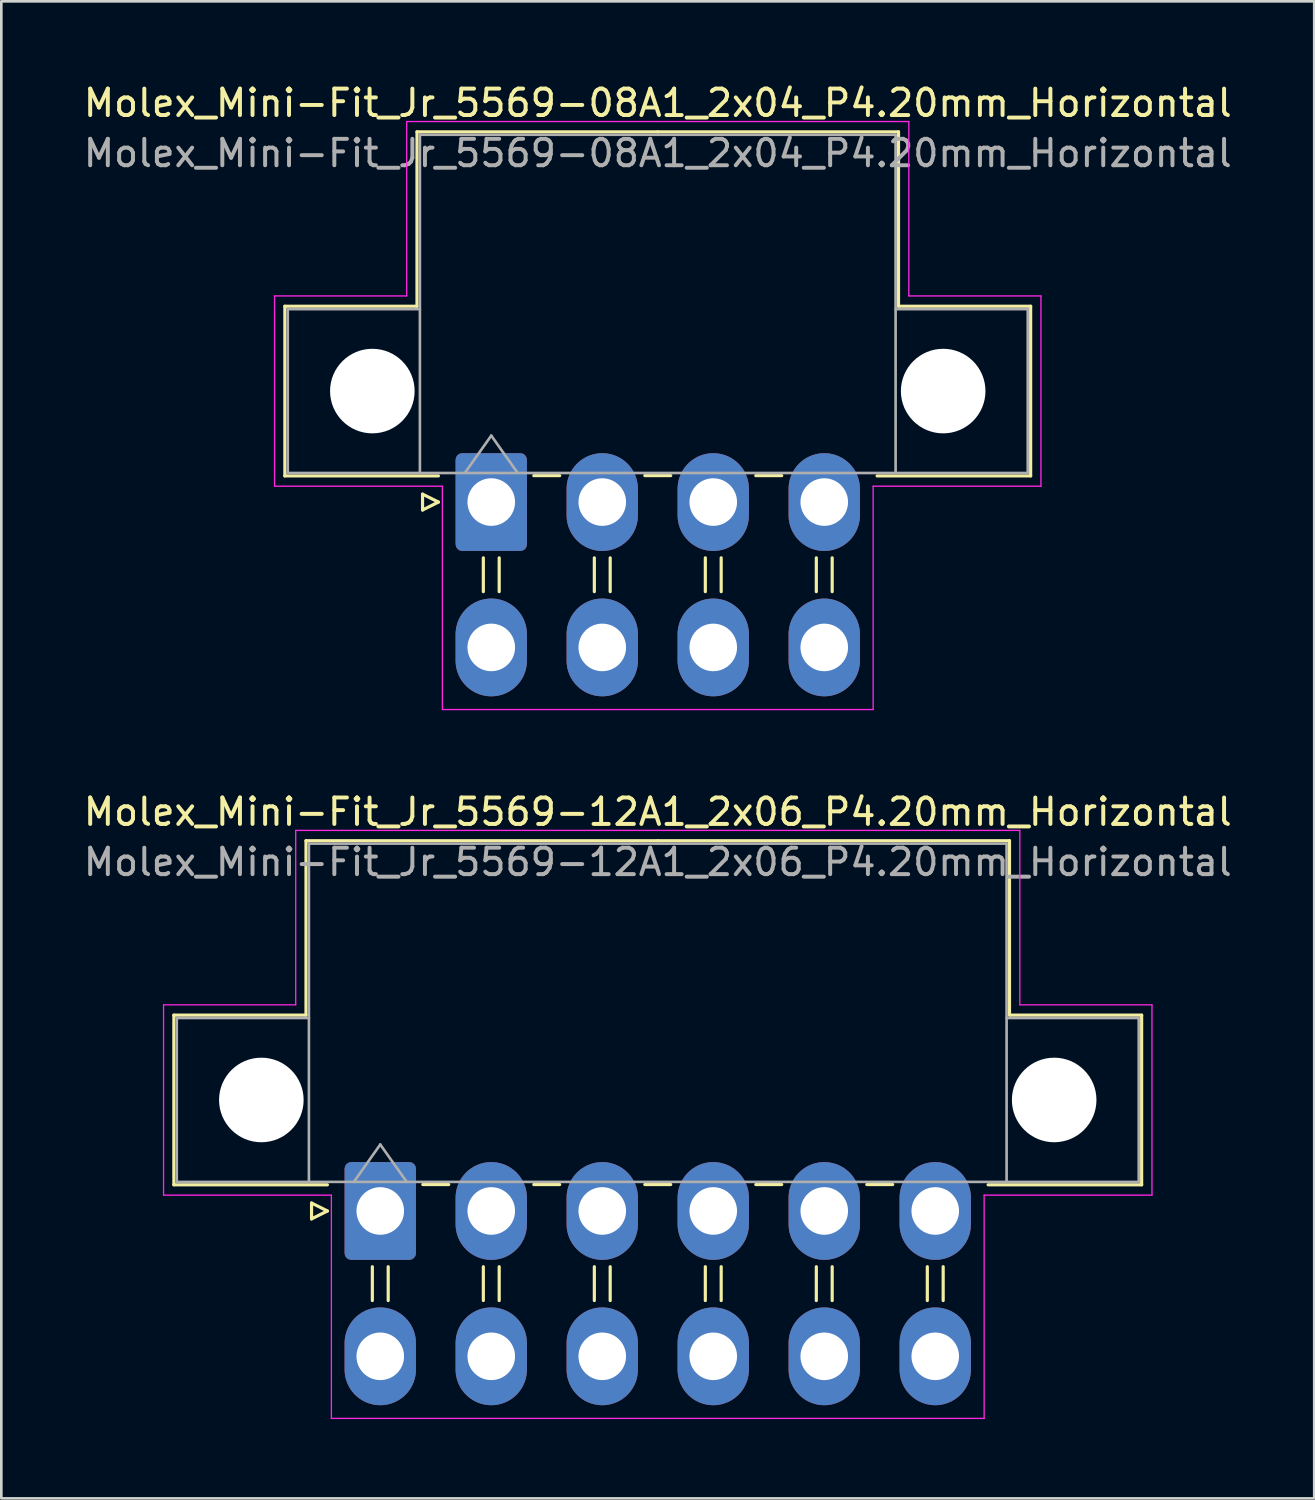
<source format=kicad_pcb>
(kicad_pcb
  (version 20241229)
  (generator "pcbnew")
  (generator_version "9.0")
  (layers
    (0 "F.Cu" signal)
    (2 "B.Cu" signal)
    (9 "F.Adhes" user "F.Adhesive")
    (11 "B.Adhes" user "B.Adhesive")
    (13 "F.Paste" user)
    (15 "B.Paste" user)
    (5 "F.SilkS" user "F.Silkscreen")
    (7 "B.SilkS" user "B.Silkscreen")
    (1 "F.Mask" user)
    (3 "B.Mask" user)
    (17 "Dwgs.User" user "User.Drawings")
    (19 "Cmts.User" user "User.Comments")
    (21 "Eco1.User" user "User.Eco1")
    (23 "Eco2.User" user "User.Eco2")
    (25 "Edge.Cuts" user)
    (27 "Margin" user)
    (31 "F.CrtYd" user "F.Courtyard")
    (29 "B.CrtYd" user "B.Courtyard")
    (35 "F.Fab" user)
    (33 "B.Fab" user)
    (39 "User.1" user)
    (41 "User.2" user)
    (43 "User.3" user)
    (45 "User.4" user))
  (footprint "Molex_Mini-Fit_Jr_5569-12A1_2x06_P4.20mm_Horizontal"
    (layer "F.Cu")
    (at 11.339 42.772)
    (property "Reference" "Molex_Mini-Fit_Jr_5569-12A1_2x06_P4.20mm_Horizontal" (at 10.5 -15.1 0) (layer "F.SilkS") (effects (font (size 1 1) (thickness 0.15))))
    (attr through_hole)
    (fp_line (start -7.81 -7.41) (end -7.81 -0.99) (stroke (width 0.12) (type solid)) (layer "F.SilkS"))
    (fp_line (start -7.81 -0.99) (end -2 -0.99) (stroke (width 0.12) (type solid)) (layer "F.SilkS"))
    (fp_line (start -2.81 -14.01) (end -2.81 -7.41) (stroke (width 0.12) (type solid)) (layer "F.SilkS"))
    (fp_line (start -2.81 -7.41) (end -7.81 -7.41) (stroke (width 0.12) (type solid)) (layer "F.SilkS"))
    (fp_line (start -2.6 -0.3) (end -2 0) (stroke (width 0.12) (type solid)) (layer "F.SilkS"))
    (fp_line (start -2.6 0.3) (end -2.6 -0.3) (stroke (width 0.12) (type solid)) (layer "F.SilkS"))
    (fp_line (start -2 0) (end -2.6 0.3) (stroke (width 0.12) (type solid)) (layer "F.SilkS"))
    (fp_line (start -0.3 2.11) (end -0.3 3.39) (stroke (width 0.12) (type solid)) (layer "F.SilkS"))
    (fp_line (start 0.3 2.11) (end 0.3 3.39) (stroke (width 0.12) (type solid)) (layer "F.SilkS"))
    (fp_line (start 1.61 -1) (end 2.59 -1) (stroke (width 0.12) (type solid)) (layer "F.SilkS"))
    (fp_line (start 3.9 2.11) (end 3.9 3.39) (stroke (width 0.12) (type solid)) (layer "F.SilkS"))
    (fp_line (start 4.5 2.11) (end 4.5 3.39) (stroke (width 0.12) (type solid)) (layer "F.SilkS"))
    (fp_line (start 5.81 -1) (end 6.79 -1) (stroke (width 0.12) (type solid)) (layer "F.SilkS"))
    (fp_line (start 8.1 2.11) (end 8.1 3.39) (stroke (width 0.12) (type solid)) (layer "F.SilkS"))
    (fp_line (start 8.7 2.11) (end 8.7 3.39) (stroke (width 0.12) (type solid)) (layer "F.SilkS"))
    (fp_line (start 10.01 -1) (end 10.99 -1) (stroke (width 0.12) (type solid)) (layer "F.SilkS"))
    (fp_line (start 10.5 -14.01) (end -2.81 -14.01) (stroke (width 0.12) (type solid)) (layer "F.SilkS"))
    (fp_line (start 10.5 -14.01) (end 23.81 -14.01) (stroke (width 0.12) (type solid)) (layer "F.SilkS"))
    (fp_line (start 12.3 2.11) (end 12.3 3.39) (stroke (width 0.12) (type solid)) (layer "F.SilkS"))
    (fp_line (start 12.9 2.11) (end 12.9 3.39) (stroke (width 0.12) (type solid)) (layer "F.SilkS"))
    (fp_line (start 14.21 -1) (end 15.19 -1) (stroke (width 0.12) (type solid)) (layer "F.SilkS"))
    (fp_line (start 16.5 2.11) (end 16.5 3.39) (stroke (width 0.12) (type solid)) (layer "F.SilkS"))
    (fp_line (start 17.1 2.11) (end 17.1 3.39) (stroke (width 0.12) (type solid)) (layer "F.SilkS"))
    (fp_line (start 18.41 -1) (end 19.39 -1) (stroke (width 0.12) (type solid)) (layer "F.SilkS"))
    (fp_line (start 20.7 2.11) (end 20.7 3.39) (stroke (width 0.12) (type solid)) (layer "F.SilkS"))
    (fp_line (start 21.3 2.11) (end 21.3 3.39) (stroke (width 0.12) (type solid)) (layer "F.SilkS"))
    (fp_line (start 23.81 -14.01) (end 23.81 -7.41) (stroke (width 0.12) (type solid)) (layer "F.SilkS"))
    (fp_line (start 23.81 -7.41) (end 28.81 -7.41) (stroke (width 0.12) (type solid)) (layer "F.SilkS"))
    (fp_line (start 28.81 -7.41) (end 28.81 -0.99) (stroke (width 0.12) (type solid)) (layer "F.SilkS"))
    (fp_line (start 28.81 -0.99) (end 23 -0.99) (stroke (width 0.12) (type solid)) (layer "F.SilkS"))
    (fp_line (start -8.2 -7.8) (end -8.2 -0.6) (stroke (width 0.05) (type solid)) (layer "F.CrtYd"))
    (fp_line (start -8.2 -0.6) (end -1.85 -0.6) (stroke (width 0.05) (type solid)) (layer "F.CrtYd"))
    (fp_line (start -3.2 -14.4) (end -3.2 -7.8) (stroke (width 0.05) (type solid)) (layer "F.CrtYd"))
    (fp_line (start -3.2 -7.8) (end -8.2 -7.8) (stroke (width 0.05) (type solid)) (layer "F.CrtYd"))
    (fp_line (start -1.85 -0.6) (end -1.85 7.85) (stroke (width 0.05) (type solid)) (layer "F.CrtYd"))
    (fp_line (start -1.85 7.85) (end 10.5 7.85) (stroke (width 0.05) (type solid)) (layer "F.CrtYd"))
    (fp_line (start 10.5 -14.4) (end -3.2 -14.4) (stroke (width 0.05) (type solid)) (layer "F.CrtYd"))
    (fp_line (start 10.5 -14.4) (end 24.2 -14.4) (stroke (width 0.05) (type solid)) (layer "F.CrtYd"))
    (fp_line (start 22.85 -0.6) (end 22.85 7.85) (stroke (width 0.05) (type solid)) (layer "F.CrtYd"))
    (fp_line (start 22.85 7.85) (end 10.5 7.85) (stroke (width 0.05) (type solid)) (layer "F.CrtYd"))
    (fp_line (start 24.2 -14.4) (end 24.2 -7.8) (stroke (width 0.05) (type solid)) (layer "F.CrtYd"))
    (fp_line (start 24.2 -7.8) (end 29.2 -7.8) (stroke (width 0.05) (type solid)) (layer "F.CrtYd"))
    (fp_line (start 29.2 -7.8) (end 29.2 -0.6) (stroke (width 0.05) (type solid)) (layer "F.CrtYd"))
    (fp_line (start 29.2 -0.6) (end 22.85 -0.6) (stroke (width 0.05) (type solid)) (layer "F.CrtYd"))
    (fp_line (start -7.7 -7.3) (end -7.7 -1.1) (stroke (width 0.1) (type solid)) (layer "F.Fab"))
    (fp_line (start -7.7 -1.1) (end -2.7 -1.1) (stroke (width 0.1) (type solid)) (layer "F.Fab"))
    (fp_line (start -2.7 -13.9) (end -2.7 -1.1) (stroke (width 0.1) (type solid)) (layer "F.Fab"))
    (fp_line (start -2.7 -7.3) (end -7.7 -7.3) (stroke (width 0.1) (type solid)) (layer "F.Fab"))
    (fp_line (start -2.7 -1.1) (end 23.7 -1.1) (stroke (width 0.1) (type solid)) (layer "F.Fab"))
    (fp_line (start -1 -1.1) (end 0 -2.514) (stroke (width 0.1) (type solid)) (layer "F.Fab"))
    (fp_line (start 0 -2.514) (end 1 -1.1) (stroke (width 0.1) (type solid)) (layer "F.Fab"))
    (fp_line (start 23.7 -13.9) (end -2.7 -13.9) (stroke (width 0.1) (type solid)) (layer "F.Fab"))
    (fp_line (start 23.7 -7.3) (end 28.7 -7.3) (stroke (width 0.1) (type solid)) (layer "F.Fab"))
    (fp_line (start 23.7 -1.1) (end 23.7 -13.9) (stroke (width 0.1) (type solid)) (layer "F.Fab"))
    (fp_line (start 28.7 -7.3) (end 28.7 -1.1) (stroke (width 0.1) (type solid)) (layer "F.Fab"))
    (fp_line (start 28.7 -1.1) (end 23.7 -1.1) (stroke (width 0.1) (type solid)) (layer "F.Fab"))
    (fp_text user "${REFERENCE}" (at 10.5 -13.2 0) (layer "F.Fab") (effects (font (size 1 1) (thickness 0.15))))
    (pad "" np_thru_hole circle (at -4.5 -4.2) (size 3.2 3.2) (drill 3.2) (layers "*.Cu" "*.Mask"))
    (pad "" np_thru_hole circle (at 25.5 -4.2) (size 3.2 3.2) (drill 3.2) (layers "*.Cu" "*.Mask"))
    (pad "1" thru_hole roundrect (at 0 0) (size 2.7 3.7) (drill 1.8) (layers "*.Cu" "*.Mask") (roundrect_rratio 0.093))
    (pad "2" thru_hole oval (at 4.2 0) (size 2.7 3.7) (drill 1.8) (layers "*.Cu" "*.Mask"))
    (pad "3" thru_hole oval (at 8.4 0) (size 2.7 3.7) (drill 1.8) (layers "*.Cu" "*.Mask"))
    (pad "4" thru_hole oval (at 12.6 0) (size 2.7 3.7) (drill 1.8) (layers "*.Cu" "*.Mask"))
    (pad "5" thru_hole oval (at 16.8 0) (size 2.7 3.7) (drill 1.8) (layers "*.Cu" "*.Mask"))
    (pad "6" thru_hole oval (at 21 0) (size 2.7 3.7) (drill 1.8) (layers "*.Cu" "*.Mask"))
    (pad "7" thru_hole oval (at 0 5.5) (size 2.7 3.7) (drill 1.8) (layers "*.Cu" "*.Mask"))
    (pad "8" thru_hole oval (at 4.2 5.5) (size 2.7 3.7) (drill 1.8) (layers "*.Cu" "*.Mask"))
    (pad "9" thru_hole oval (at 8.4 5.5) (size 2.7 3.7) (drill 1.8) (layers "*.Cu" "*.Mask"))
    (pad "10" thru_hole oval (at 12.6 5.5) (size 2.7 3.7) (drill 1.8) (layers "*.Cu" "*.Mask"))
    (pad "11" thru_hole oval (at 16.8 5.5) (size 2.7 3.7) (drill 1.8) (layers "*.Cu" "*.Mask"))
    (pad "12" thru_hole oval (at 21 5.5) (size 2.7 3.7) (drill 1.8) (layers "*.Cu" "*.Mask")))
  (footprint "Molex_Mini-Fit_Jr_5569-08A1_2x04_P4.20mm_Horizontal"
    (layer "F.Cu")
    (at 15.539 15.948)
    (property "Reference" "Molex_Mini-Fit_Jr_5569-08A1_2x04_P4.20mm_Horizontal" (at 6.3 -15.1 0) (layer "F.SilkS") (effects (font (size 1 1) (thickness 0.15))))
    (attr through_hole)
    (fp_line (start -7.81 -7.41) (end -7.81 -0.99) (stroke (width 0.12) (type solid)) (layer "F.SilkS"))
    (fp_line (start -7.81 -0.99) (end -2 -0.99) (stroke (width 0.12) (type solid)) (layer "F.SilkS"))
    (fp_line (start -2.81 -14.01) (end -2.81 -7.41) (stroke (width 0.12) (type solid)) (layer "F.SilkS"))
    (fp_line (start -2.81 -7.41) (end -7.81 -7.41) (stroke (width 0.12) (type solid)) (layer "F.SilkS"))
    (fp_line (start -2.6 -0.3) (end -2 0) (stroke (width 0.12) (type solid)) (layer "F.SilkS"))
    (fp_line (start -2.6 0.3) (end -2.6 -0.3) (stroke (width 0.12) (type solid)) (layer "F.SilkS"))
    (fp_line (start -2 0) (end -2.6 0.3) (stroke (width 0.12) (type solid)) (layer "F.SilkS"))
    (fp_line (start -0.3 2.11) (end -0.3 3.39) (stroke (width 0.12) (type solid)) (layer "F.SilkS"))
    (fp_line (start 0.3 2.11) (end 0.3 3.39) (stroke (width 0.12) (type solid)) (layer "F.SilkS"))
    (fp_line (start 1.61 -1) (end 2.59 -1) (stroke (width 0.12) (type solid)) (layer "F.SilkS"))
    (fp_line (start 3.9 2.11) (end 3.9 3.39) (stroke (width 0.12) (type solid)) (layer "F.SilkS"))
    (fp_line (start 4.5 2.11) (end 4.5 3.39) (stroke (width 0.12) (type solid)) (layer "F.SilkS"))
    (fp_line (start 5.81 -1) (end 6.79 -1) (stroke (width 0.12) (type solid)) (layer "F.SilkS"))
    (fp_line (start 6.3 -14.01) (end -2.81 -14.01) (stroke (width 0.12) (type solid)) (layer "F.SilkS"))
    (fp_line (start 6.3 -14.01) (end 15.41 -14.01) (stroke (width 0.12) (type solid)) (layer "F.SilkS"))
    (fp_line (start 8.1 2.11) (end 8.1 3.39) (stroke (width 0.12) (type solid)) (layer "F.SilkS"))
    (fp_line (start 8.7 2.11) (end 8.7 3.39) (stroke (width 0.12) (type solid)) (layer "F.SilkS"))
    (fp_line (start 10.01 -1) (end 10.99 -1) (stroke (width 0.12) (type solid)) (layer "F.SilkS"))
    (fp_line (start 12.3 2.11) (end 12.3 3.39) (stroke (width 0.12) (type solid)) (layer "F.SilkS"))
    (fp_line (start 12.9 2.11) (end 12.9 3.39) (stroke (width 0.12) (type solid)) (layer "F.SilkS"))
    (fp_line (start 15.41 -14.01) (end 15.41 -7.41) (stroke (width 0.12) (type solid)) (layer "F.SilkS"))
    (fp_line (start 15.41 -7.41) (end 20.41 -7.41) (stroke (width 0.12) (type solid)) (layer "F.SilkS"))
    (fp_line (start 20.41 -7.41) (end 20.41 -0.99) (stroke (width 0.12) (type solid)) (layer "F.SilkS"))
    (fp_line (start 20.41 -0.99) (end 14.6 -0.99) (stroke (width 0.12) (type solid)) (layer "F.SilkS"))
    (fp_line (start -8.2 -7.8) (end -8.2 -0.6) (stroke (width 0.05) (type solid)) (layer "F.CrtYd"))
    (fp_line (start -8.2 -0.6) (end -1.85 -0.6) (stroke (width 0.05) (type solid)) (layer "F.CrtYd"))
    (fp_line (start -3.2 -14.4) (end -3.2 -7.8) (stroke (width 0.05) (type solid)) (layer "F.CrtYd"))
    (fp_line (start -3.2 -7.8) (end -8.2 -7.8) (stroke (width 0.05) (type solid)) (layer "F.CrtYd"))
    (fp_line (start -1.85 -0.6) (end -1.85 7.85) (stroke (width 0.05) (type solid)) (layer "F.CrtYd"))
    (fp_line (start -1.85 7.85) (end 6.3 7.85) (stroke (width 0.05) (type solid)) (layer "F.CrtYd"))
    (fp_line (start 6.3 -14.4) (end -3.2 -14.4) (stroke (width 0.05) (type solid)) (layer "F.CrtYd"))
    (fp_line (start 6.3 -14.4) (end 15.8 -14.4) (stroke (width 0.05) (type solid)) (layer "F.CrtYd"))
    (fp_line (start 14.45 -0.6) (end 14.45 7.85) (stroke (width 0.05) (type solid)) (layer "F.CrtYd"))
    (fp_line (start 14.45 7.85) (end 6.3 7.85) (stroke (width 0.05) (type solid)) (layer "F.CrtYd"))
    (fp_line (start 15.8 -14.4) (end 15.8 -7.8) (stroke (width 0.05) (type solid)) (layer "F.CrtYd"))
    (fp_line (start 15.8 -7.8) (end 20.8 -7.8) (stroke (width 0.05) (type solid)) (layer "F.CrtYd"))
    (fp_line (start 20.8 -7.8) (end 20.8 -0.6) (stroke (width 0.05) (type solid)) (layer "F.CrtYd"))
    (fp_line (start 20.8 -0.6) (end 14.45 -0.6) (stroke (width 0.05) (type solid)) (layer "F.CrtYd"))
    (fp_line (start -7.7 -7.3) (end -7.7 -1.1) (stroke (width 0.1) (type solid)) (layer "F.Fab"))
    (fp_line (start -7.7 -1.1) (end -2.7 -1.1) (stroke (width 0.1) (type solid)) (layer "F.Fab"))
    (fp_line (start -2.7 -13.9) (end -2.7 -1.1) (stroke (width 0.1) (type solid)) (layer "F.Fab"))
    (fp_line (start -2.7 -7.3) (end -7.7 -7.3) (stroke (width 0.1) (type solid)) (layer "F.Fab"))
    (fp_line (start -2.7 -1.1) (end 15.3 -1.1) (stroke (width 0.1) (type solid)) (layer "F.Fab"))
    (fp_line (start -1 -1.1) (end 0 -2.514) (stroke (width 0.1) (type solid)) (layer "F.Fab"))
    (fp_line (start 0 -2.514) (end 1 -1.1) (stroke (width 0.1) (type solid)) (layer "F.Fab"))
    (fp_line (start 15.3 -13.9) (end -2.7 -13.9) (stroke (width 0.1) (type solid)) (layer "F.Fab"))
    (fp_line (start 15.3 -7.3) (end 20.3 -7.3) (stroke (width 0.1) (type solid)) (layer "F.Fab"))
    (fp_line (start 15.3 -1.1) (end 15.3 -13.9) (stroke (width 0.1) (type solid)) (layer "F.Fab"))
    (fp_line (start 20.3 -7.3) (end 20.3 -1.1) (stroke (width 0.1) (type solid)) (layer "F.Fab"))
    (fp_line (start 20.3 -1.1) (end 15.3 -1.1) (stroke (width 0.1) (type solid)) (layer "F.Fab"))
    (fp_text user "${REFERENCE}" (at 6.3 -13.2 0) (layer "F.Fab") (effects (font (size 1 1) (thickness 0.15))))
    (pad "" np_thru_hole circle (at -4.5 -4.2) (size 3.2 3.2) (drill 3.2) (layers "*.Cu" "*.Mask"))
    (pad "" np_thru_hole circle (at 17.1 -4.2) (size 3.2 3.2) (drill 3.2) (layers "*.Cu" "*.Mask"))
    (pad "1" thru_hole roundrect (at 0 0) (size 2.7 3.7) (drill 1.8) (layers "*.Cu" "*.Mask") (roundrect_rratio 0.093))
    (pad "2" thru_hole oval (at 4.2 0) (size 2.7 3.7) (drill 1.8) (layers "*.Cu" "*.Mask"))
    (pad "3" thru_hole oval (at 8.4 0) (size 2.7 3.7) (drill 1.8) (layers "*.Cu" "*.Mask"))
    (pad "4" thru_hole oval (at 12.6 0) (size 2.7 3.7) (drill 1.8) (layers "*.Cu" "*.Mask"))
    (pad "5" thru_hole oval (at 0 5.5) (size 2.7 3.7) (drill 1.8) (layers "*.Cu" "*.Mask"))
    (pad "6" thru_hole oval (at 4.2 5.5) (size 2.7 3.7) (drill 1.8) (layers "*.Cu" "*.Mask"))
    (pad "7" thru_hole oval (at 8.4 5.5) (size 2.7 3.7) (drill 1.8) (layers "*.Cu" "*.Mask"))
    (pad "8" thru_hole oval (at 12.6 5.5) (size 2.7 3.7) (drill 1.8) (layers "*.Cu" "*.Mask")))
  (gr_rect
    (start -3 -3)
    (end 46.679 53.647)
    (stroke (width 0.1) (type default))
    (fill no)
    (layer "Edge.Cuts")))
</source>
